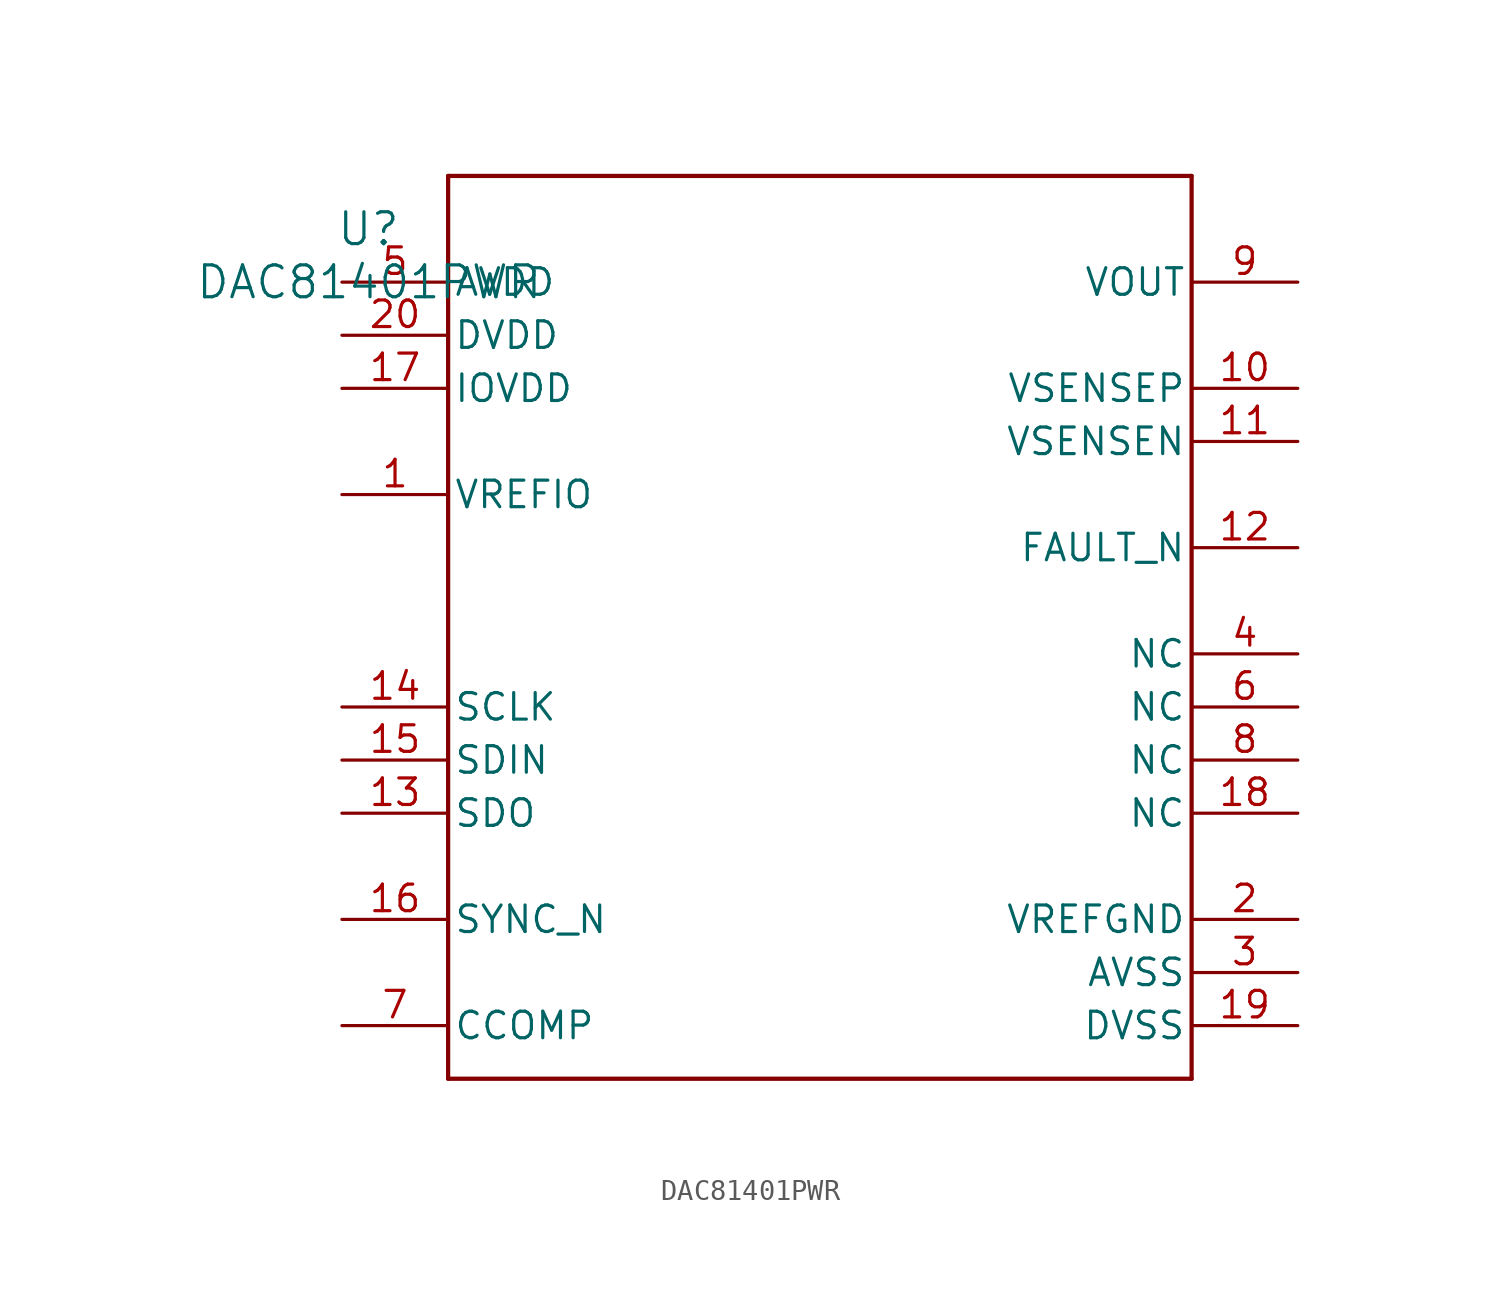
<source format=kicad_sym>
(kicad_symbol_lib
  (version 20211014)
  (generator kicad_symbol_editor)
  (symbol "DAC81401PWR"
    (pin_names
      (offset 0.254))
    (property "Reference" "U"
      (at 0 2.54 0)
      (effects (font (size 1.524 1.524))))
    (property "Value" "DAC81401PWR"
      (at 0 0 0)
      (effects (font (size 1.524 1.524))))
    (symbol "DAC81401PWR_0_1"
      (polyline (pts (xy 3.81 -38.1) (xy 39.37 -38.1)) (stroke (width 0.203) (type default) (color 0 0 0 0)) (fill (type none)))
      (polyline (pts (xy 39.37 -38.1) (xy 39.37 5.08)) (stroke (width 0.203) (type default) (color 0 0 0 0)) (fill (type none)))
      (polyline (pts (xy 39.37 5.08) (xy 3.81 5.08)) (stroke (width 0.203) (type default) (color 0 0 0 0)) (fill (type none)))
      (polyline (pts (xy 3.81 5.08) (xy 3.81 -38.1)) (stroke (width 0.203) (type default) (color 0 0 0 0)) (fill (type none)))
      (pin unspecified line (at -1.27 -10.16 0) (length 5.08) (name "VREFIO" (effects (font (size 1.27 1.27)))) (number "1" (effects (font (size 1.27 1.27)))))
      (pin power_in line (at 44.45 -30.48 180) (length 5.08) (name "VREFGND" (effects (font (size 1.27 1.27)))) (number "2" (effects (font (size 1.27 1.27)))))
      (pin power_in line (at 44.45 -33.02 180) (length 5.08) (name "AVSS" (effects (font (size 1.27 1.27)))) (number "3" (effects (font (size 1.27 1.27)))))
      (pin unspecified line (at 44.45 -17.78 180) (length 5.08) (name "NC" (effects (font (size 1.27 1.27)))) (number "4" (effects (font (size 1.27 1.27)))))
      (pin power_in line (at -1.27 0 0) (length 5.08) (name "AVDD" (effects (font (size 1.27 1.27)))) (number "5" (effects (font (size 1.27 1.27)))))
      (pin unspecified line (at 44.45 -20.32 180) (length 5.08) (name "NC" (effects (font (size 1.27 1.27)))) (number "6" (effects (font (size 1.27 1.27)))))
      (pin unspecified line (at -1.27 -35.56 0) (length 5.08) (name "CCOMP" (effects (font (size 1.27 1.27)))) (number "7" (effects (font (size 1.27 1.27)))))
      (pin unspecified line (at 44.45 -22.86 180) (length 5.08) (name "NC" (effects (font (size 1.27 1.27)))) (number "8" (effects (font (size 1.27 1.27)))))
      (pin unspecified line (at 44.45 0 180) (length 5.08) (name "VOUT" (effects (font (size 1.27 1.27)))) (number "9" (effects (font (size 1.27 1.27)))))
      (pin power_in line (at 44.45 -5.08 180) (length 5.08) (name "VSENSEP" (effects (font (size 1.27 1.27)))) (number "10" (effects (font (size 1.27 1.27)))))
      (pin power_in line (at 44.45 -7.62 180) (length 5.08) (name "VSENSEN" (effects (font (size 1.27 1.27)))) (number "11" (effects (font (size 1.27 1.27)))))
      (pin open_collector line (at 44.45 -12.7 180) (length 5.08) (name "FAULT_N" (effects (font (size 1.27 1.27)))) (number "12" (effects (font (size 1.27 1.27)))))
      (pin output line (at -1.27 -25.4 0) (length 5.08) (name "SDO" (effects (font (size 1.27 1.27)))) (number "13" (effects (font (size 1.27 1.27)))))
      (pin input line (at -1.27 -20.32 0) (length 5.08) (name "SCLK" (effects (font (size 1.27 1.27)))) (number "14" (effects (font (size 1.27 1.27)))))
      (pin input line (at -1.27 -22.86 0) (length 5.08) (name "SDIN" (effects (font (size 1.27 1.27)))) (number "15" (effects (font (size 1.27 1.27)))))
      (pin input line (at -1.27 -30.48 0) (length 5.08) (name "SYNC_N" (effects (font (size 1.27 1.27)))) (number "16" (effects (font (size 1.27 1.27)))))
      (pin power_in line (at -1.27 -5.08 0) (length 5.08) (name "IOVDD" (effects (font (size 1.27 1.27)))) (number "17" (effects (font (size 1.27 1.27)))))
      (pin unspecified line (at 44.45 -25.4 180) (length 5.08) (name "NC" (effects (font (size 1.27 1.27)))) (number "18" (effects (font (size 1.27 1.27)))))
      (pin power_in line (at 44.45 -35.56 180) (length 5.08) (name "DVSS" (effects (font (size 1.27 1.27)))) (number "19" (effects (font (size 1.27 1.27)))))
      (pin power_in line (at -1.27 -2.54 0) (length 5.08) (name "DVDD" (effects (font (size 1.27 1.27)))) (number "20" (effects (font (size 1.27 1.27))))))))
</source>
